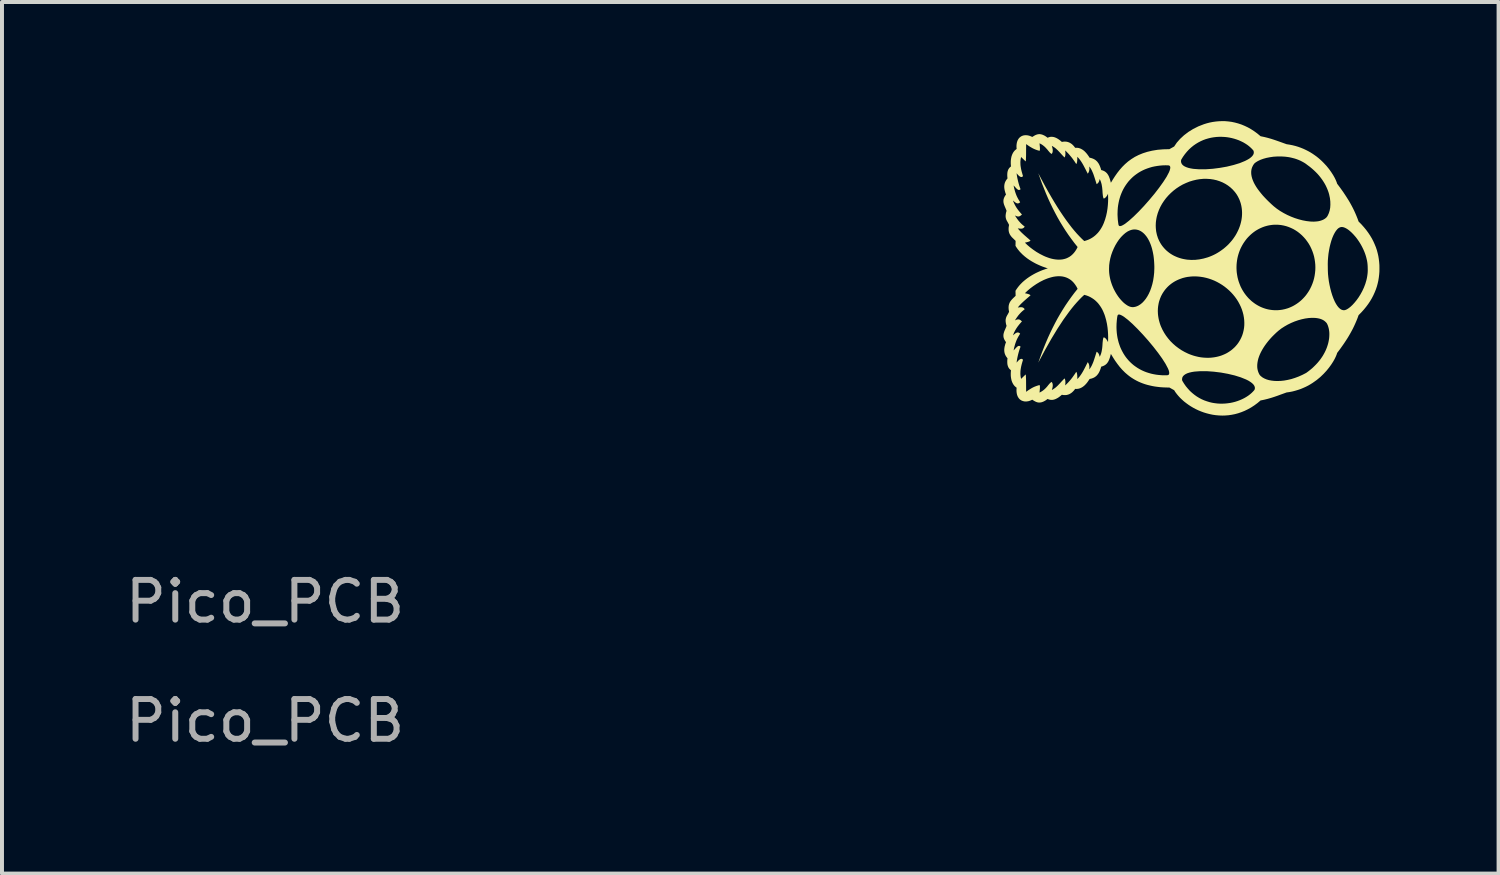
<source format=kicad_pcb>
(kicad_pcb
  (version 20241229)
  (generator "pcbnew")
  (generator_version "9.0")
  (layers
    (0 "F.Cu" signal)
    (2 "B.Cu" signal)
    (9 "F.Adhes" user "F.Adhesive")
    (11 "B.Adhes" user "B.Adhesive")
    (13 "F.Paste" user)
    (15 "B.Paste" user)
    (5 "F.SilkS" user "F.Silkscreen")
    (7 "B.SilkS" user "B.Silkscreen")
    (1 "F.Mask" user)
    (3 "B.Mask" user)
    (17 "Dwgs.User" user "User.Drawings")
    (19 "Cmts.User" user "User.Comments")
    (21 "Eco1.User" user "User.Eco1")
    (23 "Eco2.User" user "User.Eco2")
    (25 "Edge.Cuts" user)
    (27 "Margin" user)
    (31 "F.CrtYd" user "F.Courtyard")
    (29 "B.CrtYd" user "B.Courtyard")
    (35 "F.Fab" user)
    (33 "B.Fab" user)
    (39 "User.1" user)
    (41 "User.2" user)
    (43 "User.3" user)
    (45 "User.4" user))
  (footprint "Pico_PCB"
    (layer "F.Cu")
    (at 3.625 12.597)
    (property "Reference" "Pico_PCB" (at 0 -0.5 0) (unlocked yes) (layer "F.Fab") (effects (font (size 1 1) (thickness 0.15))))
    (attr through_hole)
    (fp_poly (pts (xy 18.591 -7.207) (xy 18.592 -7.224) (xy 18.595 -7.24) (xy 18.598 -7.256) (xy 18.603 -7.272) (xy 18.608 -7.288) (xy 18.613 -7.304) (xy 18.619 -7.319) (xy 18.633 -7.35) (xy 18.646 -7.381) (xy 18.659 -7.412) (xy 18.665 -7.428) (xy 18.67 -7.443) (xy 18.664 -7.462) (xy 18.659 -7.48) (xy 18.655 -7.497) (xy 18.652 -7.514) (xy 18.65 -7.529) (xy 18.648 -7.544) (xy 18.647 -7.558) (xy 18.646 -7.572) (xy 18.647 -7.584) (xy 18.647 -7.597) (xy 18.649 -7.608) (xy 18.651 -7.619) (xy 18.653 -7.63) (xy 18.656 -7.64) (xy 18.659 -7.65) (xy 18.662 -7.66) (xy 18.666 -7.669) (xy 18.67 -7.678) (xy 18.679 -7.696) (xy 18.688 -7.712) (xy 18.698 -7.729) (xy 18.707 -7.745) (xy 18.716 -7.762) (xy 18.725 -7.779) (xy 18.729 -7.788) (xy 18.733 -7.798) (xy 18.729 -7.818) (xy 18.726 -7.838) (xy 18.723 -7.857) (xy 18.722 -7.875) (xy 18.721 -7.892) (xy 18.721 -7.909) (xy 18.722 -7.925) (xy 18.723 -7.94) (xy 18.725 -7.955) (xy 18.728 -7.968) (xy 18.731 -7.982) (xy 18.735 -7.995) (xy 18.74 -8.007) (xy 18.745 -8.019) (xy 18.75 -8.031) (xy 18.756 -8.042) (xy 18.763 -8.053) (xy 18.77 -8.063) (xy 18.777 -8.073) (xy 18.785 -8.083) (xy 18.801 -8.103) (xy 18.819 -8.122) (xy 18.838 -8.141) (xy 18.857 -8.159) (xy 18.898 -8.198) (xy 18.895 -8.324) (xy 18.914 -8.355) (xy 18.935 -8.385) (xy 18.956 -8.414) (xy 18.979 -8.443) (xy 19.002 -8.47) (xy 19.027 -8.497) (xy 19.077 -8.547) (xy 19.131 -8.593) (xy 19.186 -8.636) (xy 19.242 -8.675) (xy 19.299 -8.711) (xy 19.356 -8.744) (xy 19.413 -8.774) (xy 19.469 -8.8) (xy 19.523 -8.824) (xy 19.575 -8.845) (xy 19.624 -8.862) (xy 19.669 -8.878) (xy 19.71 -8.89) (xy 19.669 -8.902) (xy 19.624 -8.918) (xy 19.575 -8.935) (xy 19.523 -8.956) (xy 19.469 -8.98) (xy 19.413 -9.006) (xy 19.357 -9.036) (xy 19.299 -9.069) (xy 19.242 -9.105) (xy 19.186 -9.144) (xy 19.131 -9.187) (xy 19.077 -9.234) (xy 19.027 -9.284) (xy 19.002 -9.31) (xy 18.979 -9.338) (xy 18.956 -9.366) (xy 18.935 -9.395) (xy 18.914 -9.426) (xy 18.895 -9.457) (xy 18.898 -9.582) (xy 18.819 -9.659) (xy 18.801 -9.677) (xy 18.785 -9.697) (xy 18.77 -9.717) (xy 18.756 -9.739) (xy 18.75 -9.75) (xy 18.745 -9.761) (xy 18.74 -9.773) (xy 18.735 -9.786) (xy 18.731 -9.799) (xy 18.728 -9.812) (xy 18.725 -9.826) (xy 18.723 -9.84) (xy 18.722 -9.856) (xy 18.721 -9.872) (xy 18.721 -9.888) (xy 18.722 -9.905) (xy 18.723 -9.923) (xy 18.726 -9.942) (xy 18.729 -9.962) (xy 18.733 -9.983) (xy 18.725 -10.001) (xy 18.716 -10.018) (xy 18.698 -10.052) (xy 18.679 -10.085) (xy 18.67 -10.102) (xy 18.662 -10.12) (xy 18.656 -10.14) (xy 18.653 -10.15) (xy 18.651 -10.161) (xy 18.649 -10.172) (xy 18.647 -10.184) (xy 18.647 -10.196) (xy 18.646 -10.209) (xy 18.647 -10.222) (xy 18.648 -10.236) (xy 18.65 -10.251) (xy 18.652 -10.267) (xy 18.655 -10.283) (xy 18.659 -10.3) (xy 18.664 -10.318) (xy 18.67 -10.337) (xy 18.662 -10.361) (xy 18.652 -10.385) (xy 18.632 -10.432) (xy 18.622 -10.455) (xy 18.613 -10.479) (xy 18.604 -10.503) (xy 18.598 -10.527) (xy 18.595 -10.539) (xy 18.593 -10.552) (xy 18.592 -10.564) (xy 18.591 -10.577) (xy 18.591 -10.59) (xy 18.592 -10.603) (xy 18.593 -10.617) (xy 18.596 -10.63) (xy 18.6 -10.644) (xy 18.604 -10.658) (xy 18.61 -10.672) (xy 18.617 -10.687) (xy 18.625 -10.702) (xy 18.634 -10.717) (xy 18.644 -10.733) (xy 18.656 -10.748) (xy 18.646 -10.775) (xy 18.637 -10.802) (xy 18.63 -10.828) (xy 18.623 -10.855) (xy 18.618 -10.881) (xy 18.614 -10.907) (xy 18.612 -10.933) (xy 18.612 -10.959) (xy 18.614 -10.984) (xy 18.616 -10.997) (xy 18.618 -11.009) (xy 18.621 -11.022) (xy 18.624 -11.034) (xy 18.628 -11.047) (xy 18.633 -11.059) (xy 18.638 -11.071) (xy 18.644 -11.083) (xy 18.651 -11.095) (xy 18.658 -11.107) (xy 18.666 -11.119) (xy 18.675 -11.131) (xy 18.684 -11.143) (xy 18.694 -11.155) (xy 18.692 -11.172) (xy 18.69 -11.189) (xy 18.689 -11.205) (xy 18.688 -11.221) (xy 18.688 -11.236) (xy 18.688 -11.25) (xy 18.688 -11.263) (xy 18.689 -11.276) (xy 18.69 -11.288) (xy 18.691 -11.3) (xy 18.693 -11.311) (xy 18.695 -11.322) (xy 18.697 -11.332) (xy 18.7 -11.342) (xy 18.703 -11.351) (xy 18.706 -11.36) (xy 18.709 -11.368) (xy 18.713 -11.376) (xy 18.716 -11.383) (xy 18.72 -11.39) (xy 18.725 -11.397) (xy 18.729 -11.404) (xy 18.734 -11.41) (xy 18.738 -11.416) (xy 18.743 -11.422) (xy 18.748 -11.427) (xy 18.759 -11.437) (xy 18.77 -11.447) (xy 18.781 -11.456) (xy 18.776 -11.525) (xy 18.776 -11.552) (xy 18.776 -11.581) (xy 18.778 -11.612) (xy 18.782 -11.645) (xy 18.788 -11.679) (xy 18.796 -11.713) (xy 18.808 -11.747) (xy 18.815 -11.764) (xy 18.823 -11.781) (xy 18.832 -11.797) (xy 18.841 -11.813) (xy 18.852 -11.828) (xy 18.864 -11.843) (xy 18.877 -11.858) (xy 18.892 -11.871) (xy 18.907 -11.884) (xy 18.924 -11.896) (xy 18.921 -11.925) (xy 18.92 -11.953) (xy 18.92 -11.979) (xy 18.922 -12.004) (xy 18.925 -12.028) (xy 18.929 -12.051) (xy 18.934 -12.072) (xy 18.941 -12.092) (xy 18.948 -12.111) (xy 18.957 -12.128) (xy 18.967 -12.145) (xy 18.977 -12.16) (xy 18.989 -12.173) (xy 19.001 -12.186) (xy 19.015 -12.197) (xy 19.029 -12.207) (xy 19.043 -12.216) (xy 19.059 -12.224) (xy 19.075 -12.23) (xy 19.091 -12.235) (xy 19.108 -12.239) (xy 19.126 -12.241) (xy 19.144 -12.242) (xy 19.162 -12.242) (xy 19.181 -12.241) (xy 19.2 -12.239) (xy 19.219 -12.235) (xy 19.239 -12.23) (xy 19.258 -12.224) (xy 19.277 -12.216) (xy 19.297 -12.208) (xy 19.316 -12.198) (xy 19.354 -12.221) (xy 19.373 -12.233) (xy 19.392 -12.243) (xy 19.412 -12.252) (xy 19.433 -12.259) (xy 19.454 -12.265) (xy 19.465 -12.267) (xy 19.476 -12.268) (xy 19.488 -12.269) (xy 19.5 -12.269) (xy 19.512 -12.269) (xy 19.524 -12.267) (xy 19.537 -12.265) (xy 19.55 -12.262) (xy 19.563 -12.258) (xy 19.577 -12.254) (xy 19.591 -12.248) (xy 19.606 -12.241) (xy 19.621 -12.234) (xy 19.637 -12.225) (xy 19.653 -12.215) (xy 19.669 -12.204) (xy 19.686 -12.192) (xy 19.704 -12.178) (xy 19.724 -12.187) (xy 19.744 -12.194) (xy 19.754 -12.197) (xy 19.764 -12.199) (xy 19.775 -12.201) (xy 19.785 -12.202) (xy 19.795 -12.203) (xy 19.806 -12.203) (xy 19.816 -12.202) (xy 19.827 -12.201) (xy 19.849 -12.198) (xy 19.871 -12.193) (xy 19.893 -12.185) (xy 19.916 -12.176) (xy 19.939 -12.164) (xy 19.963 -12.15) (xy 19.987 -12.134) (xy 20.012 -12.116) (xy 20.037 -12.096) (xy 20.063 -12.073) (xy 20.076 -12.076) (xy 20.09 -12.078) (xy 20.103 -12.08) (xy 20.116 -12.081) (xy 20.129 -12.082) (xy 20.142 -12.082) (xy 20.154 -12.081) (xy 20.166 -12.08) (xy 20.178 -12.079) (xy 20.19 -12.077) (xy 20.201 -12.074) (xy 20.212 -12.072) (xy 20.223 -12.068) (xy 20.234 -12.064) (xy 20.245 -12.06) (xy 20.255 -12.055) (xy 20.265 -12.05) (xy 20.275 -12.044) (xy 20.285 -12.038) (xy 20.295 -12.032) (xy 20.304 -12.025) (xy 20.314 -12.018) (xy 20.323 -12.01) (xy 20.332 -12.002) (xy 20.349 -11.985) (xy 20.366 -11.966) (xy 20.382 -11.946) (xy 20.397 -11.925) (xy 20.416 -11.926) (xy 20.435 -11.926) (xy 20.452 -11.925) (xy 20.47 -11.923) (xy 20.487 -11.92) (xy 20.503 -11.915) (xy 20.519 -11.91) (xy 20.534 -11.904) (xy 20.549 -11.897) (xy 20.563 -11.889) (xy 20.577 -11.881) (xy 20.591 -11.872) (xy 20.604 -11.863) (xy 20.616 -11.853) (xy 20.628 -11.843) (xy 20.64 -11.832) (xy 20.661 -11.81) (xy 20.681 -11.788) (xy 20.699 -11.766) (xy 20.715 -11.744) (xy 20.742 -11.706) (xy 20.761 -11.676) (xy 20.783 -11.672) (xy 20.805 -11.666) (xy 20.826 -11.659) (xy 20.848 -11.651) (xy 20.869 -11.641) (xy 20.889 -11.63) (xy 20.909 -11.617) (xy 20.928 -11.601) (xy 20.937 -11.592) (xy 20.947 -11.583) (xy 20.956 -11.573) (xy 20.964 -11.562) (xy 20.973 -11.55) (xy 20.982 -11.538) (xy 20.99 -11.525) (xy 20.998 -11.511) (xy 21.005 -11.496) (xy 21.013 -11.48) (xy 21.02 -11.463) (xy 21.027 -11.446) (xy 21.034 -11.427) (xy 21.041 -11.408) (xy 21.053 -11.365) (xy 21.069 -11.361) (xy 21.084 -11.357) (xy 21.099 -11.351) (xy 21.112 -11.346) (xy 21.125 -11.34) (xy 21.138 -11.333) (xy 21.149 -11.326) (xy 21.16 -11.318) (xy 21.17 -11.31) (xy 21.18 -11.301) (xy 21.189 -11.292) (xy 21.198 -11.283) (xy 21.206 -11.273) (xy 21.213 -11.263) (xy 21.227 -11.242) (xy 21.239 -11.22) (xy 21.25 -11.197) (xy 21.259 -11.172) (xy 21.268 -11.148) (xy 21.276 -11.122) (xy 21.283 -11.097) (xy 21.297 -11.045) (xy 21.348 -11.13) (xy 21.401 -11.212) (xy 21.458 -11.293) (xy 21.518 -11.37) (xy 21.583 -11.444) (xy 21.653 -11.514) (xy 21.729 -11.58) (xy 21.811 -11.64) (xy 21.9 -11.696) (xy 21.997 -11.745) (xy 22.102 -11.788) (xy 22.215 -11.824) (xy 22.338 -11.853) (xy 22.471 -11.875) (xy 22.615 -11.887) (xy 22.77 -11.891) (xy 22.89 -11.958) (xy 22.957 -12.056) (xy 23.04 -12.15) (xy 23.137 -12.24) (xy 23.247 -12.324) (xy 23.368 -12.399) (xy 23.499 -12.465) (xy 23.638 -12.519) (xy 23.711 -12.542) (xy 23.785 -12.561) (xy 23.861 -12.576) (xy 23.938 -12.587) (xy 24.016 -12.594) (xy 24.095 -12.597) (xy 24.176 -12.596) (xy 24.256 -12.589) (xy 24.338 -12.578) (xy 24.419 -12.561) (xy 24.501 -12.539) (xy 24.583 -12.512) (xy 24.665 -12.478) (xy 24.747 -12.439) (xy 24.828 -12.393) (xy 24.908 -12.341) (xy 24.988 -12.282) (xy 25.066 -12.217) (xy 25.114 -12.207) (xy 25.161 -12.197) (xy 25.206 -12.186) (xy 25.249 -12.175) (xy 25.333 -12.151) (xy 25.414 -12.125) (xy 25.492 -12.098) (xy 25.568 -12.071) (xy 25.721 -12.016) (xy 25.798 -12.004) (xy 25.873 -11.989) (xy 25.945 -11.971) (xy 26.014 -11.95) (xy 26.081 -11.926) (xy 26.145 -11.9) (xy 26.207 -11.871) (xy 26.266 -11.841) (xy 26.323 -11.809) (xy 26.377 -11.775) (xy 26.429 -11.739) (xy 26.479 -11.703) (xy 26.526 -11.665) (xy 26.571 -11.626) (xy 26.613 -11.587) (xy 26.653 -11.547) (xy 26.727 -11.468) (xy 26.791 -11.389) (xy 26.846 -11.312) (xy 26.893 -11.239) (xy 26.931 -11.172) (xy 26.96 -11.112) (xy 26.981 -11.061) (xy 26.994 -11.021) (xy 27.071 -10.918) (xy 27.146 -10.813) (xy 27.219 -10.703) (xy 27.29 -10.59) (xy 27.324 -10.531) (xy 27.357 -10.471) (xy 27.39 -10.408) (xy 27.421 -10.345) (xy 27.451 -10.279) (xy 27.48 -10.211) (xy 27.508 -10.141) (xy 27.534 -10.069) (xy 27.603 -10) (xy 27.666 -9.929) (xy 27.724 -9.859) (xy 27.777 -9.787) (xy 27.825 -9.715) (xy 27.868 -9.643) (xy 27.906 -9.57) (xy 27.939 -9.496) (xy 27.969 -9.423) (xy 27.994 -9.349) (xy 28.014 -9.274) (xy 28.031 -9.2) (xy 28.043 -9.125) (xy 28.052 -9.05) (xy 28.058 -8.974) (xy 28.059 -8.899) (xy 28.059 -8.895) (xy 28.059 -8.89) (xy 28.059 -8.881) (xy 28.058 -8.806) (xy 28.052 -8.731) (xy 28.043 -8.656) (xy 28.031 -8.581) (xy 28.014 -8.506) (xy 27.994 -8.432) (xy 27.969 -8.358) (xy 27.939 -8.284) (xy 27.906 -8.211) (xy 27.868 -8.138) (xy 27.825 -8.065) (xy 27.777 -7.993) (xy 27.724 -7.922) (xy 27.666 -7.851) (xy 27.603 -7.781) (xy 27.534 -7.711) (xy 27.508 -7.639) (xy 27.48 -7.569) (xy 27.451 -7.502) (xy 27.421 -7.436) (xy 27.39 -7.372) (xy 27.357 -7.31) (xy 27.324 -7.25) (xy 27.29 -7.191) (xy 27.255 -7.133) (xy 27.219 -7.077) (xy 27.166 -6.997) (xy 27.166 -7.836) (xy 27.182 -7.837) (xy 27.199 -7.841) (xy 27.238 -7.857) (xy 27.282 -7.885) (xy 27.33 -7.922) (xy 27.38 -7.969) (xy 27.431 -8.025) (xy 27.483 -8.088) (xy 27.534 -8.159) (xy 27.582 -8.236) (xy 27.627 -8.318) (xy 27.668 -8.406) (xy 27.703 -8.497) (xy 27.731 -8.592) (xy 27.742 -8.64) (xy 27.751 -8.689) (xy 27.758 -8.739) (xy 27.763 -8.788) (xy 27.765 -8.838) (xy 27.764 -8.888) (xy 27.763 -8.937) (xy 27.76 -8.985) (xy 27.755 -9.033) (xy 27.747 -9.082) (xy 27.736 -9.129) (xy 27.724 -9.177) (xy 27.71 -9.224) (xy 27.694 -9.27) (xy 27.676 -9.316) (xy 27.657 -9.36) (xy 27.636 -9.404) (xy 27.614 -9.447) (xy 27.591 -9.489) (xy 27.567 -9.529) (xy 27.542 -9.568) (xy 27.516 -9.606) (xy 27.49 -9.642) (xy 27.463 -9.677) (xy 27.435 -9.709) (xy 27.408 -9.74) (xy 27.38 -9.769) (xy 27.353 -9.796) (xy 27.325 -9.821) (xy 27.298 -9.844) (xy 27.272 -9.864) (xy 27.245 -9.882) (xy 27.22 -9.897) (xy 27.196 -9.909) (xy 27.172 -9.919) (xy 27.15 -9.926) (xy 27.128 -9.93) (xy 27.109 -9.931) (xy 27.089 -9.929) (xy 27.07 -9.924) (xy 27.051 -9.916) (xy 27.033 -9.905) (xy 27.014 -9.891) (xy 26.997 -9.874) (xy 26.963 -9.833) (xy 26.931 -9.782) (xy 26.901 -9.724) (xy 26.873 -9.658) (xy 26.848 -9.586) (xy 26.826 -9.509) (xy 26.806 -9.428) (xy 26.79 -9.344) (xy 26.776 -9.258) (xy 26.767 -9.171) (xy 26.76 -9.085) (xy 26.758 -9) (xy 26.759 -8.917) (xy 26.76 -8.834) (xy 26.764 -8.747) (xy 26.773 -8.657) (xy 26.785 -8.566) (xy 26.802 -8.474) (xy 26.822 -8.384) (xy 26.845 -8.296) (xy 26.871 -8.212) (xy 26.9 -8.133) (xy 26.931 -8.061) (xy 26.948 -8.028) (xy 26.966 -7.996) (xy 26.984 -7.967) (xy 27.002 -7.941) (xy 27.021 -7.917) (xy 27.04 -7.896) (xy 27.06 -7.878) (xy 27.081 -7.862) (xy 27.102 -7.85) (xy 27.123 -7.842) (xy 27.144 -7.837) (xy 27.166 -7.836) (xy 27.166 -6.997) (xy 27.146 -6.968) (xy 27.071 -6.862) (xy 26.994 -6.76) (xy 26.981 -6.719) (xy 26.96 -6.668) (xy 26.931 -6.608) (xy 26.893 -6.541) (xy 26.846 -6.468) (xy 26.791 -6.392) (xy 26.727 -6.313) (xy 26.653 -6.233) (xy 26.571 -6.154) (xy 26.479 -6.078) (xy 26.377 -6.006) (xy 26.323 -5.972) (xy 26.266 -5.939) (xy 26.207 -5.909) (xy 26.145 -5.881) (xy 26.081 -5.854) (xy 26.014 -5.831) (xy 25.945 -5.81) (xy 25.873 -5.791) (xy 25.798 -5.776) (xy 25.721 -5.765) (xy 25.568 -5.71) (xy 25.495 -5.683) (xy 25.495 -6.053) (xy 25.576 -6.056) (xy 25.661 -6.065) (xy 25.749 -6.081) (xy 25.839 -6.102) (xy 25.931 -6.131) (xy 26.025 -6.166) (xy 26.119 -6.208) (xy 26.214 -6.257) (xy 26.269 -6.297) (xy 26.321 -6.338) (xy 26.37 -6.379) (xy 26.415 -6.422) (xy 26.458 -6.465) (xy 26.498 -6.508) (xy 26.535 -6.552) (xy 26.57 -6.596) (xy 26.601 -6.64) (xy 26.631 -6.685) (xy 26.657 -6.73) (xy 26.681 -6.774) (xy 26.703 -6.819) (xy 26.722 -6.863) (xy 26.739 -6.907) (xy 26.753 -6.95) (xy 26.766 -6.993) (xy 26.776 -7.035) (xy 26.784 -7.077) (xy 26.791 -7.118) (xy 26.795 -7.158) (xy 26.797 -7.197) (xy 26.798 -7.235) (xy 26.797 -7.271) (xy 26.794 -7.307) (xy 26.789 -7.341) (xy 26.783 -7.373) (xy 26.775 -7.404) (xy 26.766 -7.433) (xy 26.756 -7.461) (xy 26.744 -7.487) (xy 26.731 -7.511) (xy 26.711 -7.533) (xy 26.689 -7.554) (xy 26.665 -7.573) (xy 26.639 -7.589) (xy 26.61 -7.603) (xy 26.579 -7.615) (xy 26.546 -7.625) (xy 26.512 -7.632) (xy 26.476 -7.638) (xy 26.438 -7.642) (xy 26.36 -7.644) (xy 26.277 -7.639) (xy 26.19 -7.627) (xy 26.102 -7.608) (xy 26.012 -7.583) (xy 25.923 -7.552) (xy 25.835 -7.515) (xy 25.749 -7.473) (xy 25.667 -7.426) (xy 25.588 -7.375) (xy 25.516 -7.319) (xy 25.459 -7.269) (xy 25.453 -7.263) (xy 25.453 -7.836) (xy 25.486 -7.836) (xy 25.519 -7.838) (xy 25.552 -7.841) (xy 25.584 -7.845) (xy 25.617 -7.85) (xy 25.649 -7.857) (xy 25.681 -7.864) (xy 25.712 -7.873) (xy 25.743 -7.882) (xy 25.774 -7.893) (xy 25.804 -7.905) (xy 25.834 -7.918) (xy 25.864 -7.932) (xy 25.893 -7.947) (xy 25.921 -7.963) (xy 25.949 -7.98) (xy 25.977 -7.998) (xy 26.004 -8.017) (xy 26.03 -8.036) (xy 26.056 -8.057) (xy 26.082 -8.079) (xy 26.106 -8.101) (xy 26.13 -8.125) (xy 26.153 -8.149) (xy 26.176 -8.174) (xy 26.198 -8.2) (xy 26.219 -8.227) (xy 26.239 -8.255) (xy 26.259 -8.284) (xy 26.278 -8.313) (xy 26.296 -8.343) (xy 26.313 -8.374) (xy 26.344 -8.437) (xy 26.371 -8.502) (xy 26.394 -8.568) (xy 26.413 -8.636) (xy 26.427 -8.704) (xy 26.437 -8.773) (xy 26.444 -8.843) (xy 26.446 -8.912) (xy 26.444 -8.982) (xy 26.437 -9.051) (xy 26.427 -9.12) (xy 26.413 -9.189) (xy 26.398 -9.242) (xy 26.398 -10.066) (xy 26.439 -10.068) (xy 26.48 -10.071) (xy 26.518 -10.076) (xy 26.555 -10.084) (xy 26.59 -10.094) (xy 26.622 -10.106) (xy 26.653 -10.12) (xy 26.681 -10.137) (xy 26.707 -10.156) (xy 26.729 -10.177) (xy 26.746 -10.2) (xy 26.76 -10.225) (xy 26.786 -10.282) (xy 26.806 -10.346) (xy 26.819 -10.416) (xy 26.824 -10.493) (xy 26.822 -10.575) (xy 26.812 -10.661) (xy 26.793 -10.75) (xy 26.78 -10.796) (xy 26.764 -10.842) (xy 26.746 -10.889) (xy 26.725 -10.936) (xy 26.702 -10.984) (xy 26.675 -11.032) (xy 26.646 -11.079) (xy 26.614 -11.127) (xy 26.579 -11.174) (xy 26.541 -11.222) (xy 26.5 -11.269) (xy 26.455 -11.315) (xy 26.407 -11.361) (xy 26.356 -11.406) (xy 26.301 -11.451) (xy 26.243 -11.494) (xy 26.202 -11.525) (xy 26.16 -11.552) (xy 26.115 -11.577) (xy 26.07 -11.6) (xy 26.024 -11.62) (xy 25.977 -11.638) (xy 25.929 -11.654) (xy 25.88 -11.667) (xy 25.831 -11.679) (xy 25.781 -11.689) (xy 25.731 -11.696) (xy 25.682 -11.702) (xy 25.582 -11.708) (xy 25.485 -11.707) (xy 25.39 -11.701) (xy 25.3 -11.688) (xy 25.214 -11.671) (xy 25.135 -11.649) (xy 25.063 -11.623) (xy 25.001 -11.593) (xy 24.973 -11.577) (xy 24.948 -11.561) (xy 24.925 -11.544) (xy 24.906 -11.526) (xy 24.896 -11.512) (xy 24.887 -11.499) (xy 24.878 -11.485) (xy 24.871 -11.471) (xy 24.864 -11.457) (xy 24.857 -11.443) (xy 24.851 -11.428) (xy 24.846 -11.414) (xy 24.842 -11.399) (xy 24.838 -11.384) (xy 24.835 -11.369) (xy 24.833 -11.354) (xy 24.831 -11.339) (xy 24.83 -11.323) (xy 24.83 -11.308) (xy 24.83 -11.292) (xy 24.831 -11.268) (xy 24.834 -11.244) (xy 24.838 -11.22) (xy 24.843 -11.195) (xy 24.857 -11.145) (xy 24.876 -11.095) (xy 24.899 -11.043) (xy 24.927 -10.991) (xy 24.959 -10.938) (xy 24.995 -10.885) (xy 25.035 -10.832) (xy 25.078 -10.778) (xy 25.124 -10.723) (xy 25.174 -10.669) (xy 25.226 -10.615) (xy 25.281 -10.561) (xy 25.338 -10.507) (xy 25.398 -10.453) (xy 25.475 -10.392) (xy 25.558 -10.335) (xy 25.646 -10.283) (xy 25.738 -10.235) (xy 25.834 -10.192) (xy 25.93 -10.155) (xy 26.028 -10.124) (xy 26.124 -10.099) (xy 26.219 -10.081) (xy 26.31 -10.07) (xy 26.355 -10.067) (xy 26.398 -10.066) (xy 26.398 -9.242) (xy 26.394 -9.256) (xy 26.371 -9.322) (xy 26.344 -9.387) (xy 26.313 -9.451) (xy 26.278 -9.512) (xy 26.239 -9.569) (xy 26.198 -9.624) (xy 26.153 -9.675) (xy 26.106 -9.723) (xy 26.056 -9.767) (xy 26.004 -9.808) (xy 25.949 -9.845) (xy 25.893 -9.878) (xy 25.834 -9.906) (xy 25.774 -9.931) (xy 25.712 -9.952) (xy 25.649 -9.968) (xy 25.584 -9.98) (xy 25.519 -9.987) (xy 25.453 -9.989) (xy 25.402 -9.988) (xy 25.353 -9.984) (xy 25.304 -9.977) (xy 25.255 -9.968) (xy 25.208 -9.956) (xy 25.161 -9.942) (xy 25.115 -9.925) (xy 25.071 -9.906) (xy 25.027 -9.885) (xy 24.985 -9.862) (xy 24.943 -9.837) (xy 24.903 -9.809) (xy 24.865 -9.78) (xy 24.827 -9.748) (xy 24.792 -9.715) (xy 24.757 -9.68) (xy 24.724 -9.644) (xy 24.693 -9.605) (xy 24.664 -9.565) (xy 24.636 -9.524) (xy 24.61 -9.481) (xy 24.586 -9.437) (xy 24.563 -9.391) (xy 24.543 -9.344) (xy 24.525 -9.296) (xy 24.509 -9.247) (xy 24.495 -9.197) (xy 24.483 -9.145) (xy 24.474 -9.093) (xy 24.467 -9.04) (xy 24.462 -8.986) (xy 24.46 -8.931) (xy 24.46 -8.91) (xy 24.46 -8.888) (xy 24.461 -8.867) (xy 24.462 -8.845) (xy 24.463 -8.823) (xy 24.465 -8.802) (xy 24.467 -8.78) (xy 24.47 -8.759) (xy 24.478 -8.71) (xy 24.487 -8.661) (xy 24.499 -8.614) (xy 24.512 -8.567) (xy 24.528 -8.522) (xy 24.545 -8.477) (xy 24.563 -8.433) (xy 24.584 -8.391) (xy 24.606 -8.35) (xy 24.63 -8.31) (xy 24.655 -8.271) (xy 24.682 -8.234) (xy 24.71 -8.198) (xy 24.74 -8.163) (xy 24.77 -8.13) (xy 24.803 -8.099) (xy 24.836 -8.068) (xy 24.871 -8.04) (xy 24.907 -8.013) (xy 24.943 -7.988) (xy 24.981 -7.965) (xy 25.02 -7.943) (xy 25.06 -7.923) (xy 25.101 -7.905) (xy 25.143 -7.889) (xy 25.185 -7.875) (xy 25.228 -7.863) (xy 25.272 -7.853) (xy 25.316 -7.846) (xy 25.361 -7.84) (xy 25.407 -7.837) (xy 25.453 -7.836) (xy 25.453 -7.263) (xy 25.405 -7.217) (xy 25.353 -7.165) (xy 25.304 -7.111) (xy 25.258 -7.057) (xy 25.215 -7.002) (xy 25.175 -6.947) (xy 25.138 -6.891) (xy 25.105 -6.836) (xy 25.075 -6.78) (xy 25.049 -6.725) (xy 25.027 -6.67) (xy 25.009 -6.616) (xy 24.996 -6.562) (xy 24.987 -6.51) (xy 24.982 -6.459) (xy 24.982 -6.45) (xy 24.982 -6.442) (xy 24.982 -6.433) (xy 24.982 -6.425) (xy 24.982 -6.41) (xy 24.983 -6.396) (xy 24.984 -6.382) (xy 24.986 -6.368) (xy 24.988 -6.354) (xy 24.991 -6.34) (xy 24.994 -6.326) (xy 24.998 -6.312) (xy 25.002 -6.299) (xy 25.006 -6.286) (xy 25.011 -6.273) (xy 25.016 -6.26) (xy 25.022 -6.247) (xy 25.028 -6.234) (xy 25.035 -6.222) (xy 25.042 -6.209) (xy 25.057 -6.191) (xy 25.075 -6.174) (xy 25.115 -6.143) (xy 25.163 -6.116) (xy 25.218 -6.093) (xy 25.279 -6.075) (xy 25.346 -6.063) (xy 25.418 -6.055) (xy 25.495 -6.053) (xy 25.495 -5.683) (xy 25.492 -5.682) (xy 25.414 -5.655) (xy 25.333 -5.629) (xy 25.249 -5.605) (xy 25.161 -5.583) (xy 25.114 -5.573) (xy 25.066 -5.564) (xy 24.988 -5.498) (xy 24.908 -5.439) (xy 24.828 -5.387) (xy 24.747 -5.342) (xy 24.665 -5.302) (xy 24.583 -5.269) (xy 24.501 -5.241) (xy 24.419 -5.219) (xy 24.338 -5.203) (xy 24.256 -5.191) (xy 24.176 -5.185) (xy 24.111 -5.183) (xy 24.111 -5.483) (xy 24.177 -5.486) (xy 24.242 -5.493) (xy 24.306 -5.502) (xy 24.368 -5.515) (xy 24.43 -5.531) (xy 24.489 -5.55) (xy 24.547 -5.572) (xy 24.602 -5.596) (xy 24.656 -5.623) (xy 24.706 -5.652) (xy 24.754 -5.683) (xy 24.799 -5.717) (xy 24.841 -5.753) (xy 24.879 -5.791) (xy 24.913 -5.83) (xy 24.923 -5.865) (xy 24.921 -5.9) (xy 24.907 -5.935) (xy 24.884 -5.968) (xy 24.85 -6.001) (xy 24.808 -6.032) (xy 24.758 -6.063) (xy 24.7 -6.092) (xy 24.566 -6.146) (xy 24.412 -6.194) (xy 24.243 -6.234) (xy 24.067 -6.266) (xy 23.888 -6.288) (xy 23.722 -6.3) (xy 23.722 -6.638) (xy 23.765 -6.638) (xy 23.807 -6.64) (xy 23.849 -6.644) (xy 23.89 -6.649) (xy 23.931 -6.656) (xy 23.971 -6.664) (xy 24.011 -6.674) (xy 24.05 -6.685) (xy 24.088 -6.698) (xy 24.125 -6.713) (xy 24.162 -6.729) (xy 24.198 -6.746) (xy 24.232 -6.765) (xy 24.266 -6.786) (xy 24.299 -6.808) (xy 24.331 -6.831) (xy 24.361 -6.856) (xy 24.39 -6.882) (xy 24.419 -6.909) (xy 24.445 -6.938) (xy 24.471 -6.968) (xy 24.495 -7) (xy 24.518 -7.033) (xy 24.551 -7.088) (xy 24.58 -7.145) (xy 24.605 -7.205) (xy 24.624 -7.265) (xy 24.639 -7.328) (xy 24.65 -7.391) (xy 24.656 -7.456) (xy 24.657 -7.521) (xy 24.654 -7.587) (xy 24.646 -7.654) (xy 24.634 -7.721) (xy 24.617 -7.787) (xy 24.596 -7.853) (xy 24.57 -7.919) (xy 24.539 -7.984) (xy 24.504 -8.049) (xy 24.465 -8.111) (xy 24.422 -8.171) (xy 24.375 -8.229) (xy 24.326 -8.283) (xy 24.273 -8.335) (xy 24.217 -8.384) (xy 24.159 -8.43) (xy 24.099 -8.472) (xy 24.036 -8.511) (xy 23.971 -8.547) (xy 23.905 -8.579) (xy 23.836 -8.607) (xy 23.767 -8.631) (xy 23.696 -8.651) (xy 23.624 -8.667) (xy 23.551 -8.678) (xy 23.515 -8.682) (xy 23.478 -8.685) (xy 23.442 -8.687) (xy 23.407 -8.688) (xy 23.371 -8.687) (xy 23.336 -8.686) (xy 23.318 -8.684) (xy 23.318 -9.102) (xy 23.421 -9.104) (xy 23.526 -9.116) (xy 23.631 -9.137) (xy 23.736 -9.167) (xy 23.788 -9.186) (xy 23.839 -9.207) (xy 23.891 -9.231) (xy 23.942 -9.257) (xy 23.992 -9.286) (xy 24.041 -9.317) (xy 24.089 -9.351) (xy 24.135 -9.385) (xy 24.179 -9.422) (xy 24.222 -9.46) (xy 24.262 -9.499) (xy 24.299 -9.54) (xy 24.335 -9.581) (xy 24.369 -9.624) (xy 24.4 -9.668) (xy 24.43 -9.713) (xy 24.457 -9.759) (xy 24.481 -9.805) (xy 24.504 -9.852) (xy 24.524 -9.899) (xy 24.542 -9.947) (xy 24.558 -9.996) (xy 24.571 -10.045) (xy 24.582 -10.093) (xy 24.59 -10.143) (xy 24.596 -10.192) (xy 24.599 -10.241) (xy 24.6 -10.289) (xy 24.598 -10.338) (xy 24.594 -10.386) (xy 24.587 -10.434) (xy 24.578 -10.481) (xy 24.566 -10.528) (xy 24.551 -10.574) (xy 24.534 -10.62) (xy 24.513 -10.664) (xy 24.491 -10.707) (xy 24.465 -10.75) (xy 24.442 -10.783) (xy 24.418 -10.814) (xy 24.366 -10.873) (xy 24.308 -10.927) (xy 24.246 -10.975) (xy 24.18 -11.017) (xy 24.109 -11.054) (xy 24.035 -11.084) (xy 23.958 -11.109) (xy 23.878 -11.127) (xy 23.796 -11.139) (xy 23.712 -11.144) (xy 23.626 -11.144) (xy 23.539 -11.136) (xy 23.523 -11.134) (xy 23.523 -11.384) (xy 23.687 -11.385) (xy 23.862 -11.397) (xy 24.04 -11.42) (xy 24.217 -11.451) (xy 24.385 -11.492) (xy 24.54 -11.539) (xy 24.674 -11.594) (xy 24.731 -11.623) (xy 24.782 -11.653) (xy 24.824 -11.685) (xy 24.857 -11.717) (xy 24.881 -11.751) (xy 24.894 -11.785) (xy 24.896 -11.82) (xy 24.887 -11.855) (xy 24.852 -11.895) (xy 24.814 -11.932) (xy 24.773 -11.968) (xy 24.728 -12.002) (xy 24.68 -12.033) (xy 24.629 -12.063) (xy 24.576 -12.089) (xy 24.52 -12.114) (xy 24.463 -12.135) (xy 24.403 -12.154) (xy 24.342 -12.17) (xy 24.279 -12.183) (xy 24.215 -12.193) (xy 24.15 -12.199) (xy 24.085 -12.202) (xy 24.019 -12.202) (xy 23.952 -12.198) (xy 23.885 -12.19) (xy 23.819 -12.179) (xy 23.753 -12.163) (xy 23.687 -12.144) (xy 23.622 -12.12) (xy 23.559 -12.092) (xy 23.496 -12.059) (xy 23.435 -12.022) (xy 23.376 -11.981) (xy 23.318 -11.934) (xy 23.263 -11.883) (xy 23.21 -11.826) (xy 23.16 -11.765) (xy 23.112 -11.698) (xy 23.068 -11.626) (xy 23.067 -11.62) (xy 23.065 -11.615) (xy 23.064 -11.609) (xy 23.064 -11.604) (xy 23.063 -11.599) (xy 23.063 -11.593) (xy 23.062 -11.588) (xy 23.062 -11.583) (xy 23.069 -11.546) (xy 23.086 -11.513) (xy 23.113 -11.484) (xy 23.15 -11.459) (xy 23.195 -11.438) (xy 23.248 -11.42) (xy 23.308 -11.406) (xy 23.374 -11.395) (xy 23.523 -11.384) (xy 23.523 -11.134) (xy 23.451 -11.122) (xy 23.363 -11.101) (xy 23.274 -11.074) (xy 23.188 -11.039) (xy 23.104 -11) (xy 23.024 -10.954) (xy 22.948 -10.904) (xy 22.876 -10.849) (xy 22.808 -10.789) (xy 22.745 -10.726) (xy 22.686 -10.659) (xy 22.633 -10.588) (xy 22.585 -10.515) (xy 22.543 -10.439) (xy 22.507 -10.36) (xy 22.477 -10.28) (xy 22.454 -10.198) (xy 22.445 -10.156) (xy 22.438 -10.114) (xy 22.432 -10.072) (xy 22.428 -10.03) (xy 22.428 -10.015) (xy 22.427 -10.001) (xy 22.427 -9.986) (xy 22.426 -9.972) (xy 22.426 -9.957) (xy 22.427 -9.943) (xy 22.427 -9.929) (xy 22.428 -9.914) (xy 22.428 -9.914) (xy 22.43 -9.886) (xy 22.433 -9.857) (xy 22.436 -9.829) (xy 22.441 -9.801) (xy 22.447 -9.774) (xy 22.453 -9.746) (xy 22.46 -9.719) (xy 22.469 -9.693) (xy 22.477 -9.666) (xy 22.487 -9.64) (xy 22.498 -9.615) (xy 22.509 -9.59) (xy 22.522 -9.565) (xy 22.535 -9.541) (xy 22.549 -9.517) (xy 22.564 -9.493) (xy 22.592 -9.453) (xy 22.623 -9.415) (xy 22.656 -9.378) (xy 22.69 -9.344) (xy 22.726 -9.313) (xy 22.764 -9.283) (xy 22.804 -9.255) (xy 22.845 -9.23) (xy 22.887 -9.207) (xy 22.931 -9.187) (xy 22.976 -9.168) (xy 23.022 -9.152) (xy 23.069 -9.138) (xy 23.118 -9.126) (xy 23.167 -9.117) (xy 23.216 -9.109) (xy 23.318 -9.102) (xy 23.318 -8.684) (xy 23.301 -8.683) (xy 23.267 -8.679) (xy 23.233 -8.675) (xy 23.199 -8.669) (xy 23.166 -8.662) (xy 23.134 -8.654) (xy 23.101 -8.645) (xy 23.07 -8.634) (xy 23.039 -8.623) (xy 23.008 -8.611) (xy 22.978 -8.598) (xy 22.949 -8.584) (xy 22.92 -8.569) (xy 22.892 -8.553) (xy 22.865 -8.536) (xy 22.838 -8.518) (xy 22.812 -8.499) (xy 22.787 -8.479) (xy 22.763 -8.459) (xy 22.739 -8.437) (xy 22.717 -8.415) (xy 22.695 -8.391) (xy 22.674 -8.367) (xy 22.654 -8.342) (xy 22.635 -8.316) (xy 22.617 -8.289) (xy 22.601 -8.265) (xy 22.587 -8.24) (xy 22.573 -8.214) (xy 22.56 -8.189) (xy 22.549 -8.162) (xy 22.538 -8.136) (xy 22.528 -8.108) (xy 22.519 -8.081) (xy 22.51 -8.053) (xy 22.503 -8.025) (xy 22.497 -7.996) (xy 22.492 -7.967) (xy 22.487 -7.938) (xy 22.484 -7.909) (xy 22.481 -7.879) (xy 22.48 -7.849) (xy 22.479 -7.837) (xy 22.479 -7.825) (xy 22.479 -7.813) (xy 22.479 -7.801) (xy 22.48 -7.789) (xy 22.48 -7.777) (xy 22.481 -7.765) (xy 22.481 -7.753) (xy 22.485 -7.71) (xy 22.491 -7.668) (xy 22.498 -7.626) (xy 22.507 -7.585) (xy 22.518 -7.544) (xy 22.53 -7.503) (xy 22.544 -7.462) (xy 22.56 -7.422) (xy 22.596 -7.344) (xy 22.638 -7.268) (xy 22.686 -7.194) (xy 22.739 -7.124) (xy 22.797 -7.056) (xy 22.861 -6.993) (xy 22.928 -6.934) (xy 23.001 -6.879) (xy 23.077 -6.828) (xy 23.157 -6.783) (xy 23.24 -6.743) (xy 23.283 -6.725) (xy 23.327 -6.709) (xy 23.371 -6.694) (xy 23.416 -6.681) (xy 23.46 -6.67) (xy 23.504 -6.66) (xy 23.548 -6.652) (xy 23.592 -6.646) (xy 23.635 -6.642) (xy 23.679 -6.639) (xy 23.722 -6.638) (xy 23.722 -6.3) (xy 23.714 -6.3) (xy 23.549 -6.301) (xy 23.401 -6.29) (xy 23.334 -6.279) (xy 23.274 -6.265) (xy 23.221 -6.248) (xy 23.176 -6.226) (xy 23.14 -6.201) (xy 23.112 -6.172) (xy 23.095 -6.139) (xy 23.089 -6.102) (xy 23.089 -6.097) (xy 23.089 -6.092) (xy 23.089 -6.087) (xy 23.09 -6.081) (xy 23.091 -6.076) (xy 23.092 -6.071) (xy 23.093 -6.065) (xy 23.095 -6.059) (xy 23.139 -5.987) (xy 23.186 -5.92) (xy 23.237 -5.859) (xy 23.289 -5.802) (xy 23.345 -5.751) (xy 23.402 -5.705) (xy 23.461 -5.663) (xy 23.522 -5.626) (xy 23.585 -5.593) (xy 23.649 -5.565) (xy 23.714 -5.542) (xy 23.779 -5.522) (xy 23.845 -5.506) (xy 23.912 -5.495) (xy 23.978 -5.487) (xy 24.045 -5.483) (xy 24.111 -5.483) (xy 24.111 -5.183) (xy 24.095 -5.183) (xy 24.016 -5.186) (xy 23.938 -5.193) (xy 23.861 -5.204) (xy 23.785 -5.22) (xy 23.711 -5.239) (xy 23.638 -5.261) (xy 23.567 -5.287) (xy 23.499 -5.315) (xy 23.432 -5.347) (xy 23.368 -5.381) (xy 23.306 -5.418) (xy 23.247 -5.457) (xy 23.191 -5.498) (xy 23.137 -5.54) (xy 23.087 -5.585) (xy 23.04 -5.63) (xy 22.997 -5.677) (xy 22.957 -5.725) (xy 22.921 -5.773) (xy 22.89 -5.822) (xy 22.77 -5.889) (xy 22.691 -5.89) (xy 22.643 -5.892) (xy 22.643 -6.197) (xy 22.716 -6.198) (xy 22.743 -6.205) (xy 22.76 -6.222) (xy 22.766 -6.248) (xy 22.764 -6.282) (xy 22.753 -6.324) (xy 22.733 -6.372) (xy 22.673 -6.486) (xy 22.589 -6.618) (xy 22.485 -6.763) (xy 22.366 -6.916) (xy 22.238 -7.07) (xy 22.105 -7.22) (xy 21.972 -7.361) (xy 21.845 -7.487) (xy 21.841 -7.491) (xy 21.841 -7.913) (xy 21.866 -7.914) (xy 21.891 -7.918) (xy 21.916 -7.923) (xy 21.941 -7.931) (xy 21.966 -7.941) (xy 21.991 -7.953) (xy 22.039 -7.983) (xy 22.086 -8.021) (xy 22.131 -8.068) (xy 22.174 -8.121) (xy 22.214 -8.182) (xy 22.251 -8.249) (xy 22.285 -8.324) (xy 22.314 -8.404) (xy 22.34 -8.491) (xy 22.361 -8.583) (xy 22.376 -8.68) (xy 22.387 -8.783) (xy 22.391 -8.89) (xy 22.391 -8.945) (xy 22.389 -8.999) (xy 22.386 -9.052) (xy 22.382 -9.103) (xy 22.377 -9.153) (xy 22.371 -9.202) (xy 22.363 -9.249) (xy 22.354 -9.295) (xy 22.344 -9.339) (xy 22.334 -9.381) (xy 22.322 -9.422) (xy 22.309 -9.462) (xy 22.295 -9.5) (xy 22.28 -9.536) (xy 22.265 -9.57) (xy 22.248 -9.603) (xy 22.231 -9.634) (xy 22.213 -9.663) (xy 22.194 -9.691) (xy 22.174 -9.716) (xy 22.154 -9.74) (xy 22.133 -9.762) (xy 22.111 -9.782) (xy 22.089 -9.8) (xy 22.066 -9.816) (xy 22.043 -9.83) (xy 22.019 -9.842) (xy 21.995 -9.852) (xy 21.97 -9.859) (xy 21.945 -9.865) (xy 21.92 -9.868) (xy 21.894 -9.87) (xy 21.864 -9.868) (xy 21.835 -9.864) (xy 21.805 -9.856) (xy 21.776 -9.846) (xy 21.747 -9.833) (xy 21.717 -9.818) (xy 21.689 -9.799) (xy 21.66 -9.779) (xy 21.605 -9.731) (xy 21.551 -9.676) (xy 21.539 -9.661) (xy 21.539 -9.955) (xy 21.571 -9.964) (xy 21.609 -9.984) (xy 21.653 -10.011) (xy 21.754 -10.09) (xy 21.871 -10.195) (xy 21.999 -10.321) (xy 22.131 -10.461) (xy 22.264 -10.612) (xy 22.393 -10.766) (xy 22.511 -10.919) (xy 22.615 -11.064) (xy 22.7 -11.196) (xy 22.76 -11.31) (xy 22.779 -11.358) (xy 22.79 -11.4) (xy 22.793 -11.434) (xy 22.786 -11.46) (xy 22.77 -11.477) (xy 22.743 -11.484) (xy 22.67 -11.485) (xy 22.599 -11.483) (xy 22.529 -11.477) (xy 22.462 -11.468) (xy 22.397 -11.457) (xy 22.333 -11.443) (xy 22.272 -11.425) (xy 22.212 -11.405) (xy 22.155 -11.383) (xy 22.1 -11.358) (xy 22.046 -11.33) (xy 21.995 -11.3) (xy 21.946 -11.267) (xy 21.9 -11.233) (xy 21.855 -11.196) (xy 21.813 -11.156) (xy 21.773 -11.115) (xy 21.735 -11.072) (xy 21.7 -11.026) (xy 21.667 -10.979) (xy 21.636 -10.93) (xy 21.608 -10.88) (xy 21.582 -10.827) (xy 21.559 -10.773) (xy 21.538 -10.718) (xy 21.52 -10.661) (xy 21.504 -10.603) (xy 21.491 -10.543) (xy 21.48 -10.482) (xy 21.472 -10.421) (xy 21.467 -10.357) (xy 21.465 -10.293) (xy 21.464 -10.256) (xy 21.465 -10.219) (xy 21.467 -10.181) (xy 21.469 -10.143) (xy 21.472 -10.105) (xy 21.477 -10.067) (xy 21.482 -10.028) (xy 21.488 -9.989) (xy 21.497 -9.967) (xy 21.514 -9.955) (xy 21.539 -9.955) (xy 21.539 -9.661) (xy 21.5 -9.613) (xy 21.453 -9.544) (xy 21.409 -9.47) (xy 21.37 -9.392) (xy 21.335 -9.31) (xy 21.305 -9.226) (xy 21.282 -9.141) (xy 21.265 -9.055) (xy 21.254 -8.97) (xy 21.251 -8.887) (xy 21.251 -8.875) (xy 21.251 -8.863) (xy 21.251 -8.852) (xy 21.251 -8.84) (xy 21.253 -8.795) (xy 21.257 -8.751) (xy 21.263 -8.707) (xy 21.271 -8.663) (xy 21.28 -8.62) (xy 21.291 -8.577) (xy 21.304 -8.535) (xy 21.318 -8.493) (xy 21.333 -8.453) (xy 21.35 -8.413) (xy 21.367 -8.374) (xy 21.386 -8.337) (xy 21.406 -8.3) (xy 21.426 -8.265) (xy 21.448 -8.23) (xy 21.47 -8.197) (xy 21.492 -8.166) (xy 21.515 -8.136) (xy 21.539 -8.108) (xy 21.563 -8.081) (xy 21.587 -8.056) (xy 21.611 -8.032) (xy 21.635 -8.011) (xy 21.66 -7.991) (xy 21.684 -7.974) (xy 21.708 -7.958) (xy 21.731 -7.945) (xy 21.754 -7.934) (xy 21.777 -7.925) (xy 21.799 -7.919) (xy 21.82 -7.915) (xy 21.841 -7.913) (xy 21.841 -7.491) (xy 21.728 -7.592) (xy 21.626 -7.671) (xy 21.582 -7.698) (xy 21.544 -7.717) (xy 21.513 -7.727) (xy 21.488 -7.727) (xy 21.471 -7.715) (xy 21.462 -7.693) (xy 21.455 -7.654) (xy 21.45 -7.615) (xy 21.446 -7.577) (xy 21.443 -7.538) (xy 21.44 -7.501) (xy 21.439 -7.463) (xy 21.438 -7.426) (xy 21.438 -7.389) (xy 21.441 -7.324) (xy 21.446 -7.261) (xy 21.454 -7.199) (xy 21.464 -7.139) (xy 21.478 -7.079) (xy 21.493 -7.021) (xy 21.512 -6.964) (xy 21.532 -6.908) (xy 21.556 -6.854) (xy 21.582 -6.802) (xy 21.61 -6.751) (xy 21.64 -6.703) (xy 21.673 -6.655) (xy 21.709 -6.61) (xy 21.746 -6.567) (xy 21.786 -6.526) (xy 21.829 -6.486) (xy 21.873 -6.449) (xy 21.92 -6.415) (xy 21.969 -6.382) (xy 22.02 -6.352) (xy 22.073 -6.324) (xy 22.128 -6.299) (xy 22.186 -6.276) (xy 22.245 -6.257) (xy 22.307 -6.239) (xy 22.37 -6.225) (xy 22.436 -6.213) (xy 22.503 -6.205) (xy 22.572 -6.199) (xy 22.643 -6.197) (xy 22.643 -5.892) (xy 22.615 -5.893) (xy 22.542 -5.898) (xy 22.471 -5.906) (xy 22.404 -5.915) (xy 22.338 -5.927) (xy 22.276 -5.941) (xy 22.215 -5.956) (xy 22.157 -5.973) (xy 22.102 -5.992) (xy 22.048 -6.013) (xy 21.997 -6.035) (xy 21.948 -6.059) (xy 21.9 -6.085) (xy 21.855 -6.112) (xy 21.811 -6.14) (xy 21.769 -6.17) (xy 21.729 -6.201) (xy 21.691 -6.233) (xy 21.653 -6.266) (xy 21.583 -6.336) (xy 21.518 -6.41) (xy 21.458 -6.488) (xy 21.401 -6.568) (xy 21.348 -6.651) (xy 21.297 -6.736) (xy 21.283 -6.684) (xy 21.276 -6.658) (xy 21.268 -6.633) (xy 21.259 -6.608) (xy 21.25 -6.584) (xy 21.239 -6.561) (xy 21.233 -6.549) (xy 21.227 -6.538) (xy 21.22 -6.528) (xy 21.213 -6.517) (xy 21.206 -6.507) (xy 21.198 -6.497) (xy 21.189 -6.488) (xy 21.18 -6.479) (xy 21.17 -6.471) (xy 21.16 -6.462) (xy 21.149 -6.455) (xy 21.138 -6.448) (xy 21.125 -6.441) (xy 21.112 -6.435) (xy 21.099 -6.429) (xy 21.084 -6.424) (xy 21.069 -6.419) (xy 21.053 -6.415) (xy 21.047 -6.394) (xy 21.041 -6.373) (xy 21.034 -6.353) (xy 21.027 -6.335) (xy 21.02 -6.317) (xy 21.013 -6.3) (xy 21.005 -6.285) (xy 20.998 -6.27) (xy 20.99 -6.256) (xy 20.982 -6.243) (xy 20.973 -6.23) (xy 20.964 -6.219) (xy 20.956 -6.208) (xy 20.947 -6.198) (xy 20.937 -6.188) (xy 20.928 -6.179) (xy 20.918 -6.171) (xy 20.909 -6.164) (xy 20.899 -6.157) (xy 20.889 -6.15) (xy 20.879 -6.144) (xy 20.869 -6.139) (xy 20.848 -6.129) (xy 20.826 -6.121) (xy 20.805 -6.114) (xy 20.783 -6.109) (xy 20.761 -6.104) (xy 20.742 -6.075) (xy 20.715 -6.036) (xy 20.699 -6.014) (xy 20.681 -5.992) (xy 20.661 -5.97) (xy 20.64 -5.948) (xy 20.616 -5.927) (xy 20.604 -5.918) (xy 20.591 -5.908) (xy 20.577 -5.899) (xy 20.563 -5.891) (xy 20.549 -5.883) (xy 20.534 -5.876) (xy 20.519 -5.87) (xy 20.503 -5.865) (xy 20.487 -5.861) (xy 20.47 -5.857) (xy 20.452 -5.855) (xy 20.435 -5.854) (xy 20.416 -5.854) (xy 20.397 -5.856) (xy 20.382 -5.834) (xy 20.366 -5.814) (xy 20.349 -5.796) (xy 20.332 -5.779) (xy 20.314 -5.763) (xy 20.295 -5.749) (xy 20.275 -5.736) (xy 20.255 -5.725) (xy 20.234 -5.716) (xy 20.212 -5.709) (xy 20.201 -5.706) (xy 20.19 -5.703) (xy 20.178 -5.701) (xy 20.166 -5.7) (xy 20.154 -5.699) (xy 20.142 -5.699) (xy 20.129 -5.699) (xy 20.116 -5.699) (xy 20.103 -5.7) (xy 20.09 -5.702) (xy 20.076 -5.704) (xy 20.063 -5.707) (xy 20.037 -5.685) (xy 20.012 -5.665) (xy 19.987 -5.646) (xy 19.963 -5.63) (xy 19.939 -5.617) (xy 19.916 -5.605) (xy 19.905 -5.6) (xy 19.893 -5.595) (xy 19.882 -5.591) (xy 19.871 -5.588) (xy 19.86 -5.585) (xy 19.849 -5.582) (xy 19.838 -5.58) (xy 19.827 -5.579) (xy 19.816 -5.578) (xy 19.806 -5.578) (xy 19.795 -5.578) (xy 19.785 -5.579) (xy 19.775 -5.58) (xy 19.764 -5.581) (xy 19.754 -5.584) (xy 19.744 -5.586) (xy 19.734 -5.589) (xy 19.724 -5.593) (xy 19.714 -5.597) (xy 19.704 -5.602) (xy 19.686 -5.589) (xy 19.669 -5.576) (xy 19.653 -5.565) (xy 19.637 -5.556) (xy 19.621 -5.547) (xy 19.606 -5.539) (xy 19.591 -5.532) (xy 19.577 -5.527) (xy 19.563 -5.522) (xy 19.55 -5.518) (xy 19.537 -5.515) (xy 19.524 -5.513) (xy 19.512 -5.512) (xy 19.5 -5.511) (xy 19.5 -5.762) (xy 19.517 -5.77) (xy 19.533 -5.779) (xy 19.548 -5.788) (xy 19.563 -5.797) (xy 19.576 -5.806) (xy 19.59 -5.816) (xy 19.602 -5.825) (xy 19.614 -5.835) (xy 19.626 -5.845) (xy 19.636 -5.855) (xy 19.657 -5.875) (xy 19.675 -5.895) (xy 19.693 -5.915) (xy 19.723 -5.953) (xy 19.738 -5.97) (xy 19.751 -5.986) (xy 19.765 -6) (xy 19.772 -6.006) (xy 19.778 -6.012) (xy 19.785 -6.018) (xy 19.792 -6.022) (xy 19.799 -6.027) (xy 19.807 -6.03) (xy 19.81 -6.025) (xy 19.813 -6.02) (xy 19.819 -6.01) (xy 19.824 -5.999) (xy 19.828 -5.987) (xy 19.83 -5.976) (xy 19.832 -5.964) (xy 19.833 -5.951) (xy 19.833 -5.938) (xy 19.832 -5.925) (xy 19.831 -5.912) (xy 19.828 -5.898) (xy 19.826 -5.885) (xy 19.822 -5.87) (xy 19.818 -5.856) (xy 19.814 -5.841) (xy 19.809 -5.827) (xy 19.833 -5.839) (xy 19.855 -5.853) (xy 19.877 -5.868) (xy 19.899 -5.884) (xy 19.919 -5.901) (xy 19.939 -5.919) (xy 19.959 -5.938) (xy 19.978 -5.958) (xy 20.016 -5.998) (xy 20.053 -6.039) (xy 20.091 -6.079) (xy 20.11 -6.099) (xy 20.129 -6.119) (xy 20.133 -6.114) (xy 20.136 -6.108) (xy 20.139 -6.102) (xy 20.142 -6.095) (xy 20.144 -6.088) (xy 20.146 -6.079) (xy 20.148 -6.07) (xy 20.15 -6.06) (xy 20.151 -6.049) (xy 20.151 -6.038) (xy 20.152 -6.025) (xy 20.152 -6.01) (xy 20.151 -5.995) (xy 20.15 -5.979) (xy 20.148 -5.961) (xy 20.146 -5.942) (xy 20.184 -5.978) (xy 20.221 -6.016) (xy 20.257 -6.056) (xy 20.292 -6.097) (xy 20.326 -6.141) (xy 20.359 -6.187) (xy 20.392 -6.234) (xy 20.424 -6.284) (xy 20.426 -6.281) (xy 20.429 -6.278) (xy 20.433 -6.272) (xy 20.436 -6.264) (xy 20.44 -6.256) (xy 20.442 -6.246) (xy 20.444 -6.236) (xy 20.446 -6.224) (xy 20.448 -6.212) (xy 20.45 -6.186) (xy 20.451 -6.159) (xy 20.452 -6.102) (xy 20.474 -6.125) (xy 20.495 -6.149) (xy 20.515 -6.174) (xy 20.533 -6.199) (xy 20.551 -6.225) (xy 20.568 -6.251) (xy 20.584 -6.278) (xy 20.6 -6.305) (xy 20.629 -6.36) (xy 20.658 -6.416) (xy 20.686 -6.472) (xy 20.715 -6.528) (xy 20.72 -6.521) (xy 20.724 -6.514) (xy 20.728 -6.507) (xy 20.732 -6.501) (xy 20.735 -6.495) (xy 20.738 -6.488) (xy 20.741 -6.482) (xy 20.743 -6.476) (xy 20.747 -6.464) (xy 20.75 -6.453) (xy 20.752 -6.441) (xy 20.754 -6.43) (xy 20.755 -6.419) (xy 20.755 -6.409) (xy 20.755 -6.398) (xy 20.755 -6.388) (xy 20.754 -6.346) (xy 20.769 -6.366) (xy 20.784 -6.388) (xy 20.798 -6.411) (xy 20.812 -6.436) (xy 20.824 -6.462) (xy 20.836 -6.489) (xy 20.848 -6.517) (xy 20.859 -6.546) (xy 20.879 -6.605) (xy 20.899 -6.667) (xy 20.938 -6.791) (xy 20.947 -6.785) (xy 20.955 -6.779) (xy 20.962 -6.773) (xy 20.969 -6.767) (xy 20.975 -6.76) (xy 20.98 -6.754) (xy 20.985 -6.747) (xy 20.989 -6.739) (xy 20.993 -6.732) (xy 20.997 -6.723) (xy 21 -6.715) (xy 21.004 -6.705) (xy 21.006 -6.696) (xy 21.009 -6.685) (xy 21.012 -6.674) (xy 21.014 -6.661) (xy 21.023 -6.678) (xy 21.031 -6.695) (xy 21.038 -6.712) (xy 21.045 -6.73) (xy 21.051 -6.747) (xy 21.056 -6.765) (xy 21.065 -6.802) (xy 21.071 -6.839) (xy 21.077 -6.875) (xy 21.081 -6.911) (xy 21.084 -6.947) (xy 21.088 -7.013) (xy 21.091 -7.044) (xy 21.094 -7.072) (xy 21.098 -7.098) (xy 21.102 -7.12) (xy 21.105 -7.13) (xy 21.109 -7.139) (xy 21.113 -7.147) (xy 21.117 -7.154) (xy 21.126 -7.151) (xy 21.135 -7.146) (xy 21.143 -7.142) (xy 21.151 -7.136) (xy 21.159 -7.13) (xy 21.166 -7.123) (xy 21.173 -7.116) (xy 21.179 -7.108) (xy 21.186 -7.1) (xy 21.192 -7.091) (xy 21.198 -7.082) (xy 21.204 -7.073) (xy 21.209 -7.063) (xy 21.215 -7.053) (xy 21.22 -7.043) (xy 21.225 -7.032) (xy 21.227 -7.09) (xy 21.228 -7.158) (xy 21.226 -7.233) (xy 21.221 -7.316) (xy 21.212 -7.403) (xy 21.198 -7.493) (xy 21.178 -7.585) (xy 21.152 -7.678) (xy 21.137 -7.723) (xy 21.119 -7.768) (xy 21.1 -7.813) (xy 21.079 -7.856) (xy 21.055 -7.898) (xy 21.029 -7.938) (xy 21.001 -7.977) (xy 20.971 -8.015) (xy 20.937 -8.05) (xy 20.902 -8.083) (xy 20.863 -8.114) (xy 20.822 -8.141) (xy 20.778 -8.167) (xy 20.731 -8.189) (xy 20.68 -8.208) (xy 20.627 -8.223) (xy 20.566 -8.167) (xy 20.505 -8.105) (xy 20.441 -8.036) (xy 20.376 -7.962) (xy 20.31 -7.881) (xy 20.243 -7.794) (xy 20.102 -7.599) (xy 19.955 -7.375) (xy 19.801 -7.121) (xy 19.639 -6.835) (xy 19.469 -6.516) (xy 19.515 -6.646) (xy 19.562 -6.775) (xy 19.612 -6.902) (xy 19.663 -7.027) (xy 19.716 -7.15) (xy 19.772 -7.272) (xy 19.83 -7.391) (xy 19.89 -7.509) (xy 19.952 -7.625) (xy 20.017 -7.738) (xy 20.085 -7.85) (xy 20.154 -7.959) (xy 20.227 -8.066) (xy 20.302 -8.171) (xy 20.379 -8.274) (xy 20.459 -8.374) (xy 20.431 -8.429) (xy 20.399 -8.478) (xy 20.366 -8.522) (xy 20.33 -8.56) (xy 20.293 -8.593) (xy 20.253 -8.62) (xy 20.212 -8.643) (xy 20.17 -8.661) (xy 20.126 -8.675) (xy 20.081 -8.685) (xy 20.035 -8.69) (xy 19.988 -8.692) (xy 19.988 -9.109) (xy 20.035 -9.111) (xy 20.081 -9.116) (xy 20.126 -9.126) (xy 20.17 -9.139) (xy 20.212 -9.158) (xy 20.253 -9.18) (xy 20.293 -9.208) (xy 20.33 -9.241) (xy 20.366 -9.279) (xy 20.399 -9.322) (xy 20.431 -9.372) (xy 20.459 -9.427) (xy 20.379 -9.527) (xy 20.302 -9.63) (xy 20.227 -9.734) (xy 20.154 -9.842) (xy 20.085 -9.951) (xy 20.017 -10.062) (xy 19.952 -10.176) (xy 19.89 -10.292) (xy 19.83 -10.409) (xy 19.772 -10.529) (xy 19.716 -10.651) (xy 19.663 -10.774) (xy 19.562 -11.026) (xy 19.469 -11.285) (xy 19.555 -11.121) (xy 19.639 -10.965) (xy 19.721 -10.818) (xy 19.801 -10.679) (xy 19.879 -10.548) (xy 19.955 -10.425) (xy 20.029 -10.31) (xy 20.102 -10.202) (xy 20.173 -10.101) (xy 20.243 -10.007) (xy 20.31 -9.919) (xy 20.376 -9.839) (xy 20.441 -9.764) (xy 20.505 -9.696) (xy 20.566 -9.634) (xy 20.627 -9.577) (xy 20.68 -9.593) (xy 20.731 -9.612) (xy 20.778 -9.634) (xy 20.822 -9.659) (xy 20.863 -9.687) (xy 20.902 -9.718) (xy 20.937 -9.751) (xy 20.971 -9.786) (xy 21.001 -9.823) (xy 21.029 -9.862) (xy 21.055 -9.903) (xy 21.079 -9.945) (xy 21.1 -9.988) (xy 21.119 -10.032) (xy 21.152 -10.123) (xy 21.178 -10.215) (xy 21.198 -10.307) (xy 21.212 -10.398) (xy 21.221 -10.485) (xy 21.226 -10.567) (xy 21.228 -10.643) (xy 21.225 -10.769) (xy 21.22 -10.758) (xy 21.215 -10.748) (xy 21.209 -10.737) (xy 21.204 -10.728) (xy 21.198 -10.718) (xy 21.192 -10.709) (xy 21.186 -10.701) (xy 21.179 -10.692) (xy 21.173 -10.685) (xy 21.166 -10.677) (xy 21.159 -10.671) (xy 21.155 -10.668) (xy 21.151 -10.665) (xy 21.147 -10.662) (xy 21.143 -10.659) (xy 21.139 -10.657) (xy 21.135 -10.654) (xy 21.131 -10.652) (xy 21.126 -10.65) (xy 21.122 -10.648) (xy 21.117 -10.647) (xy 21.113 -10.654) (xy 21.109 -10.662) (xy 21.102 -10.681) (xy 21.098 -10.703) (xy 21.094 -10.729) (xy 21.088 -10.787) (xy 21.084 -10.854) (xy 21.077 -10.926) (xy 21.071 -10.962) (xy 21.065 -10.999) (xy 21.056 -11.035) (xy 21.045 -11.071) (xy 21.031 -11.106) (xy 21.023 -11.123) (xy 21.014 -11.139) (xy 21.012 -11.127) (xy 21.009 -11.116) (xy 21.006 -11.105) (xy 21.004 -11.095) (xy 21 -11.086) (xy 20.997 -11.077) (xy 20.995 -11.073) (xy 20.993 -11.069) (xy 20.991 -11.065) (xy 20.989 -11.061) (xy 20.987 -11.058) (xy 20.985 -11.054) (xy 20.983 -11.051) (xy 20.98 -11.047) (xy 20.977 -11.044) (xy 20.975 -11.04) (xy 20.972 -11.037) (xy 20.969 -11.034) (xy 20.965 -11.031) (xy 20.962 -11.028) (xy 20.958 -11.025) (xy 20.955 -11.022) (xy 20.951 -11.019) (xy 20.947 -11.016) (xy 20.938 -11.01) (xy 20.899 -11.134) (xy 20.879 -11.196) (xy 20.859 -11.255) (xy 20.848 -11.284) (xy 20.836 -11.312) (xy 20.824 -11.339) (xy 20.812 -11.365) (xy 20.798 -11.389) (xy 20.784 -11.413) (xy 20.769 -11.435) (xy 20.754 -11.455) (xy 20.755 -11.413) (xy 20.755 -11.403) (xy 20.755 -11.392) (xy 20.755 -11.381) (xy 20.754 -11.371) (xy 20.752 -11.359) (xy 20.75 -11.348) (xy 20.747 -11.337) (xy 20.743 -11.325) (xy 20.738 -11.312) (xy 20.732 -11.3) (xy 20.724 -11.287) (xy 20.715 -11.273) (xy 20.686 -11.329) (xy 20.658 -11.385) (xy 20.629 -11.44) (xy 20.6 -11.495) (xy 20.584 -11.523) (xy 20.568 -11.549) (xy 20.551 -11.576) (xy 20.533 -11.602) (xy 20.515 -11.627) (xy 20.495 -11.652) (xy 20.474 -11.676) (xy 20.452 -11.699) (xy 20.451 -11.642) (xy 20.45 -11.614) (xy 20.449 -11.601) (xy 20.448 -11.588) (xy 20.446 -11.576) (xy 20.444 -11.565) (xy 20.442 -11.555) (xy 20.44 -11.545) (xy 20.436 -11.536) (xy 20.435 -11.532) (xy 20.433 -11.529) (xy 20.431 -11.525) (xy 20.429 -11.522) (xy 20.426 -11.52) (xy 20.424 -11.517) (xy 20.408 -11.542) (xy 20.392 -11.567) (xy 20.376 -11.591) (xy 20.359 -11.614) (xy 20.343 -11.637) (xy 20.326 -11.66) (xy 20.309 -11.682) (xy 20.292 -11.703) (xy 20.274 -11.724) (xy 20.257 -11.745) (xy 20.239 -11.765) (xy 20.221 -11.785) (xy 20.202 -11.804) (xy 20.184 -11.823) (xy 20.165 -11.841) (xy 20.146 -11.859) (xy 20.148 -11.84) (xy 20.15 -11.822) (xy 20.151 -11.806) (xy 20.152 -11.79) (xy 20.152 -11.776) (xy 20.151 -11.763) (xy 20.151 -11.751) (xy 20.15 -11.74) (xy 20.148 -11.73) (xy 20.146 -11.721) (xy 20.144 -11.713) (xy 20.142 -11.706) (xy 20.139 -11.699) (xy 20.136 -11.693) (xy 20.133 -11.687) (xy 20.129 -11.682) (xy 20.11 -11.702) (xy 20.091 -11.721) (xy 20.053 -11.762) (xy 20.016 -11.803) (xy 19.978 -11.843) (xy 19.959 -11.863) (xy 19.939 -11.881) (xy 19.919 -11.9) (xy 19.899 -11.917) (xy 19.877 -11.933) (xy 19.855 -11.948) (xy 19.833 -11.962) (xy 19.821 -11.968) (xy 19.809 -11.974) (xy 19.814 -11.959) (xy 19.818 -11.945) (xy 19.822 -11.93) (xy 19.826 -11.916) (xy 19.828 -11.902) (xy 19.831 -11.889) (xy 19.832 -11.875) (xy 19.833 -11.862) (xy 19.833 -11.849) (xy 19.832 -11.837) (xy 19.83 -11.825) (xy 19.829 -11.819) (xy 19.828 -11.813) (xy 19.826 -11.808) (xy 19.824 -11.802) (xy 19.822 -11.797) (xy 19.819 -11.791) (xy 19.816 -11.786) (xy 19.813 -11.781) (xy 19.81 -11.776) (xy 19.807 -11.771) (xy 19.799 -11.774) (xy 19.792 -11.778) (xy 19.785 -11.783) (xy 19.778 -11.789) (xy 19.765 -11.801) (xy 19.751 -11.815) (xy 19.738 -11.831) (xy 19.723 -11.848) (xy 19.693 -11.886) (xy 19.675 -11.905) (xy 19.657 -11.925) (xy 19.636 -11.946) (xy 19.614 -11.966) (xy 19.602 -11.975) (xy 19.59 -11.985) (xy 19.576 -11.995) (xy 19.563 -12.004) (xy 19.548 -12.013) (xy 19.533 -12.022) (xy 19.517 -12.03) (xy 19.5 -12.039) (xy 19.506 -11.976) (xy 19.509 -11.947) (xy 19.51 -11.933) (xy 19.51 -11.92) (xy 19.511 -11.907) (xy 19.51 -11.895) (xy 19.51 -11.884) (xy 19.509 -11.875) (xy 19.508 -11.866) (xy 19.507 -11.863) (xy 19.506 -11.859) (xy 19.505 -11.856) (xy 19.503 -11.854) (xy 19.502 -11.851) (xy 19.5 -11.85) (xy 19.472 -11.857) (xy 19.444 -11.865) (xy 19.419 -11.874) (xy 19.394 -11.883) (xy 19.371 -11.893) (xy 19.349 -11.903) (xy 19.327 -11.914) (xy 19.307 -11.925) (xy 19.288 -11.936) (xy 19.269 -11.947) (xy 19.25 -11.959) (xy 19.232 -11.971) (xy 19.197 -11.995) (xy 19.163 -12.019) (xy 19.161 -11.73) (xy 19.159 -11.67) (xy 19.157 -11.622) (xy 19.155 -11.604) (xy 19.154 -11.592) (xy 19.151 -11.585) (xy 19.15 -11.584) (xy 19.149 -11.584) (xy 19.036 -11.694) (xy 19.029 -11.661) (xy 19.023 -11.629) (xy 19.02 -11.596) (xy 19.018 -11.564) (xy 19.019 -11.532) (xy 19.02 -11.5) (xy 19.023 -11.468) (xy 19.028 -11.437) (xy 19.033 -11.406) (xy 19.039 -11.376) (xy 19.046 -11.347) (xy 19.053 -11.319) (xy 19.069 -11.264) (xy 19.084 -11.213) (xy 19.08 -11.208) (xy 19.075 -11.204) (xy 19.071 -11.2) (xy 19.067 -11.197) (xy 19.062 -11.194) (xy 19.057 -11.192) (xy 19.053 -11.191) (xy 19.048 -11.19) (xy 19.043 -11.19) (xy 19.038 -11.19) (xy 19.033 -11.191) (xy 19.028 -11.192) (xy 19.023 -11.194) (xy 19.018 -11.196) (xy 19.013 -11.198) (xy 19.008 -11.201) (xy 19.003 -11.204) (xy 18.997 -11.208) (xy 18.987 -11.216) (xy 18.976 -11.225) (xy 18.965 -11.236) (xy 18.955 -11.247) (xy 18.944 -11.259) (xy 18.922 -11.285) (xy 18.93 -11.23) (xy 18.939 -11.177) (xy 18.95 -11.125) (xy 18.962 -11.074) (xy 18.975 -11.025) (xy 18.989 -10.976) (xy 19.005 -10.929) (xy 19.022 -10.883) (xy 19.017 -10.878) (xy 19.011 -10.873) (xy 19.006 -10.87) (xy 19 -10.867) (xy 18.995 -10.865) (xy 18.989 -10.864) (xy 18.984 -10.863) (xy 18.978 -10.863) (xy 18.973 -10.864) (xy 18.967 -10.866) (xy 18.962 -10.868) (xy 18.957 -10.871) (xy 18.951 -10.874) (xy 18.946 -10.878) (xy 18.935 -10.886) (xy 18.924 -10.896) (xy 18.913 -10.907) (xy 18.891 -10.931) (xy 18.869 -10.955) (xy 18.858 -10.966) (xy 18.847 -10.977) (xy 18.856 -10.935) (xy 18.864 -10.897) (xy 18.874 -10.861) (xy 18.883 -10.828) (xy 18.893 -10.797) (xy 18.903 -10.768) (xy 18.913 -10.742) (xy 18.923 -10.717) (xy 18.934 -10.693) (xy 18.945 -10.671) (xy 18.956 -10.65) (xy 18.967 -10.63) (xy 18.99 -10.592) (xy 19.012 -10.556) (xy 19.006 -10.55) (xy 19 -10.544) (xy 18.994 -10.539) (xy 18.988 -10.536) (xy 18.982 -10.532) (xy 18.976 -10.53) (xy 18.97 -10.528) (xy 18.964 -10.526) (xy 18.958 -10.526) (xy 18.952 -10.525) (xy 18.947 -10.526) (xy 18.941 -10.526) (xy 18.935 -10.527) (xy 18.93 -10.529) (xy 18.924 -10.531) (xy 18.918 -10.533) (xy 18.913 -10.536) (xy 18.907 -10.539) (xy 18.896 -10.546) (xy 18.885 -10.554) (xy 18.874 -10.562) (xy 18.831 -10.599) (xy 18.843 -10.567) (xy 18.855 -10.538) (xy 18.868 -10.51) (xy 18.882 -10.484) (xy 18.895 -10.459) (xy 18.909 -10.436) (xy 18.923 -10.413) (xy 18.938 -10.392) (xy 18.952 -10.372) (xy 18.967 -10.352) (xy 18.982 -10.334) (xy 18.997 -10.315) (xy 19.027 -10.28) (xy 19.058 -10.245) (xy 19.027 -10.22) (xy 19.019 -10.214) (xy 19.01 -10.208) (xy 19.001 -10.204) (xy 18.997 -10.202) (xy 18.992 -10.2) (xy 18.987 -10.199) (xy 18.982 -10.197) (xy 18.977 -10.196) (xy 18.971 -10.196) (xy 18.965 -10.196) (xy 18.959 -10.196) (xy 18.953 -10.196) (xy 18.946 -10.197) (xy 18.939 -10.199) (xy 18.932 -10.201) (xy 18.924 -10.203) (xy 18.916 -10.206) (xy 18.908 -10.209) (xy 18.899 -10.213) (xy 18.89 -10.218) (xy 18.881 -10.223) (xy 18.894 -10.201) (xy 18.908 -10.179) (xy 18.922 -10.158) (xy 18.936 -10.137) (xy 18.951 -10.117) (xy 18.965 -10.098) (xy 18.98 -10.08) (xy 18.996 -10.062) (xy 19.011 -10.045) (xy 19.027 -10.028) (xy 19.043 -10.012) (xy 19.059 -9.997) (xy 19.076 -9.982) (xy 19.093 -9.968) (xy 19.11 -9.954) (xy 19.127 -9.941) (xy 19.123 -9.934) (xy 19.118 -9.928) (xy 19.113 -9.922) (xy 19.108 -9.917) (xy 19.103 -9.913) (xy 19.098 -9.909) (xy 19.093 -9.905) (xy 19.088 -9.902) (xy 19.083 -9.899) (xy 19.078 -9.897) (xy 19.072 -9.895) (xy 19.067 -9.893) (xy 19.061 -9.892) (xy 19.056 -9.891) (xy 19.045 -9.89) (xy 19.033 -9.89) (xy 19.022 -9.89) (xy 19.01 -9.891) (xy 18.999 -9.892) (xy 18.976 -9.894) (xy 18.964 -9.895) (xy 18.953 -9.896) (xy 18.972 -9.872) (xy 18.992 -9.85) (xy 19.011 -9.829) (xy 19.031 -9.808) (xy 19.051 -9.788) (xy 19.071 -9.769) (xy 19.111 -9.732) (xy 19.152 -9.696) (xy 19.192 -9.661) (xy 19.233 -9.626) (xy 19.273 -9.589) (xy 19.27 -9.586) (xy 19.266 -9.582) (xy 19.261 -9.578) (xy 19.256 -9.575) (xy 19.25 -9.571) (xy 19.243 -9.568) (xy 19.235 -9.565) (xy 19.226 -9.561) (xy 19.217 -9.558) (xy 19.207 -9.555) (xy 19.185 -9.549) (xy 19.16 -9.543) (xy 19.132 -9.537) (xy 19.192 -9.479) (xy 19.261 -9.42) (xy 19.339 -9.361) (xy 19.422 -9.304) (xy 19.511 -9.252) (xy 19.604 -9.205) (xy 19.651 -9.184) (xy 19.699 -9.166) (xy 19.747 -9.149) (xy 19.796 -9.135) (xy 19.844 -9.124) (xy 19.893 -9.116) (xy 19.941 -9.111) (xy 19.988 -9.109) (xy 19.988 -8.692) (xy 19.941 -8.69) (xy 19.893 -8.685) (xy 19.844 -8.677) (xy 19.796 -8.665) (xy 19.747 -8.651) (xy 19.699 -8.635) (xy 19.651 -8.616) (xy 19.604 -8.596) (xy 19.511 -8.549) (xy 19.422 -8.496) (xy 19.339 -8.44) (xy 19.261 -8.381) (xy 19.192 -8.322) (xy 19.132 -8.264) (xy 19.146 -8.261) (xy 19.16 -8.258) (xy 19.173 -8.255) (xy 19.185 -8.252) (xy 19.196 -8.249) (xy 19.207 -8.246) (xy 19.217 -8.243) (xy 19.226 -8.239) (xy 19.235 -8.236) (xy 19.243 -8.233) (xy 19.25 -8.229) (xy 19.256 -8.226) (xy 19.261 -8.222) (xy 19.264 -8.22) (xy 19.266 -8.219) (xy 19.268 -8.217) (xy 19.27 -8.215) (xy 19.272 -8.213) (xy 19.273 -8.211) (xy 19.233 -8.175) (xy 19.192 -8.14) (xy 19.152 -8.105) (xy 19.111 -8.069) (xy 19.071 -8.032) (xy 19.051 -8.013) (xy 19.031 -7.993) (xy 19.011 -7.972) (xy 18.992 -7.951) (xy 18.972 -7.928) (xy 18.953 -7.905) (xy 18.964 -7.905) (xy 18.976 -7.906) (xy 18.999 -7.909) (xy 19.01 -7.91) (xy 19.022 -7.911) (xy 19.033 -7.911) (xy 19.045 -7.911) (xy 19.05 -7.91) (xy 19.056 -7.909) (xy 19.061 -7.909) (xy 19.067 -7.907) (xy 19.072 -7.906) (xy 19.078 -7.904) (xy 19.083 -7.901) (xy 19.088 -7.899) (xy 19.093 -7.896) (xy 19.098 -7.892) (xy 19.103 -7.888) (xy 19.108 -7.883) (xy 19.113 -7.878) (xy 19.118 -7.873) (xy 19.123 -7.867) (xy 19.127 -7.86) (xy 19.11 -7.847) (xy 19.093 -7.833) (xy 19.076 -7.819) (xy 19.059 -7.804) (xy 19.043 -7.789) (xy 19.027 -7.773) (xy 19.011 -7.756) (xy 18.996 -7.739) (xy 18.98 -7.721) (xy 18.965 -7.703) (xy 18.951 -7.683) (xy 18.936 -7.664) (xy 18.922 -7.643) (xy 18.908 -7.622) (xy 18.894 -7.6) (xy 18.881 -7.578) (xy 18.89 -7.583) (xy 18.899 -7.587) (xy 18.908 -7.591) (xy 18.916 -7.595) (xy 18.924 -7.598) (xy 18.932 -7.6) (xy 18.939 -7.602) (xy 18.946 -7.603) (xy 18.953 -7.604) (xy 18.959 -7.605) (xy 18.965 -7.605) (xy 18.971 -7.605) (xy 18.977 -7.604) (xy 18.982 -7.603) (xy 18.987 -7.602) (xy 18.992 -7.601) (xy 18.997 -7.599) (xy 19.001 -7.597) (xy 19.006 -7.595) (xy 19.01 -7.592) (xy 19.015 -7.59) (xy 19.019 -7.587) (xy 19.027 -7.581) (xy 19.035 -7.575) (xy 19.042 -7.568) (xy 19.05 -7.562) (xy 19.058 -7.556) (xy 18.997 -7.486) (xy 18.967 -7.448) (xy 18.952 -7.429) (xy 18.938 -7.409) (xy 18.923 -7.387) (xy 18.909 -7.365) (xy 18.895 -7.342) (xy 18.882 -7.317) (xy 18.868 -7.291) (xy 18.855 -7.263) (xy 18.843 -7.233) (xy 18.831 -7.202) (xy 18.874 -7.238) (xy 18.885 -7.247) (xy 18.896 -7.255) (xy 18.907 -7.262) (xy 18.913 -7.265) (xy 18.918 -7.267) (xy 18.924 -7.27) (xy 18.93 -7.272) (xy 18.935 -7.273) (xy 18.941 -7.274) (xy 18.947 -7.275) (xy 18.952 -7.275) (xy 18.958 -7.275) (xy 18.964 -7.274) (xy 18.97 -7.273) (xy 18.976 -7.271) (xy 18.982 -7.268) (xy 18.988 -7.265) (xy 18.994 -7.261) (xy 19 -7.257) (xy 19.006 -7.251) (xy 19.012 -7.245) (xy 18.99 -7.209) (xy 18.967 -7.171) (xy 18.945 -7.13) (xy 18.934 -7.108) (xy 18.923 -7.084) (xy 18.913 -7.059) (xy 18.903 -7.032) (xy 18.893 -7.004) (xy 18.883 -6.973) (xy 18.874 -6.939) (xy 18.864 -6.904) (xy 18.856 -6.865) (xy 18.847 -6.824) (xy 18.858 -6.834) (xy 18.869 -6.846) (xy 18.891 -6.869) (xy 18.902 -6.882) (xy 18.913 -6.893) (xy 18.924 -6.904) (xy 18.935 -6.914) (xy 18.94 -6.919) (xy 18.946 -6.923) (xy 18.951 -6.927) (xy 18.957 -6.93) (xy 18.962 -6.933) (xy 18.967 -6.935) (xy 18.973 -6.936) (xy 18.978 -6.937) (xy 18.984 -6.938) (xy 18.989 -6.937) (xy 18.995 -6.936) (xy 19 -6.934) (xy 19.006 -6.931) (xy 19.011 -6.928) (xy 19.017 -6.923) (xy 19.022 -6.917) (xy 19.005 -6.872) (xy 18.989 -6.824) (xy 18.975 -6.776) (xy 18.962 -6.727) (xy 18.95 -6.676) (xy 18.939 -6.624) (xy 18.93 -6.57) (xy 18.922 -6.516) (xy 18.933 -6.529) (xy 18.944 -6.541) (xy 18.955 -6.553) (xy 18.965 -6.565) (xy 18.976 -6.575) (xy 18.987 -6.585) (xy 18.992 -6.589) (xy 18.997 -6.593) (xy 19.003 -6.596) (xy 19.008 -6.6) (xy 19.013 -6.603) (xy 19.018 -6.605) (xy 19.023 -6.607) (xy 19.028 -6.609) (xy 19.033 -6.61) (xy 19.038 -6.611) (xy 19.043 -6.611) (xy 19.048 -6.611) (xy 19.053 -6.61) (xy 19.057 -6.608) (xy 19.062 -6.606) (xy 19.067 -6.604) (xy 19.071 -6.601) (xy 19.075 -6.597) (xy 19.08 -6.592) (xy 19.084 -6.587) (xy 19.069 -6.537) (xy 19.053 -6.482) (xy 19.039 -6.424) (xy 19.033 -6.394) (xy 19.028 -6.364) (xy 19.023 -6.333) (xy 19.02 -6.301) (xy 19.019 -6.269) (xy 19.018 -6.237) (xy 19.02 -6.204) (xy 19.023 -6.172) (xy 19.029 -6.139) (xy 19.036 -6.107) (xy 19.149 -6.217) (xy 19.15 -6.217) (xy 19.151 -6.216) (xy 19.154 -6.209) (xy 19.157 -6.179) (xy 19.159 -6.131) (xy 19.161 -6.07) (xy 19.163 -5.781) (xy 19.197 -5.806) (xy 19.232 -5.83) (xy 19.269 -5.853) (xy 19.288 -5.865) (xy 19.307 -5.876) (xy 19.327 -5.887) (xy 19.349 -5.898) (xy 19.371 -5.908) (xy 19.394 -5.917) (xy 19.419 -5.927) (xy 19.444 -5.935) (xy 19.472 -5.944) (xy 19.5 -5.951) (xy 19.502 -5.949) (xy 19.503 -5.947) (xy 19.506 -5.941) (xy 19.508 -5.934) (xy 19.509 -5.926) (xy 19.51 -5.916) (xy 19.51 -5.906) (xy 19.51 -5.881) (xy 19.509 -5.854) (xy 19.506 -5.824) (xy 19.5 -5.762) (xy 19.5 -5.511) (xy 19.5 -5.511) (xy 19.488 -5.511) (xy 19.476 -5.512) (xy 19.465 -5.513) (xy 19.454 -5.515) (xy 19.443 -5.518) (xy 19.433 -5.521) (xy 19.422 -5.525) (xy 19.412 -5.528) (xy 19.392 -5.538) (xy 19.373 -5.548) (xy 19.354 -5.559) (xy 19.316 -5.583) (xy 19.297 -5.573) (xy 19.277 -5.564) (xy 19.258 -5.557) (xy 19.239 -5.55) (xy 19.219 -5.545) (xy 19.2 -5.542) (xy 19.181 -5.539) (xy 19.162 -5.538) (xy 19.144 -5.538) (xy 19.126 -5.539) (xy 19.108 -5.542) (xy 19.091 -5.546) (xy 19.075 -5.551) (xy 19.059 -5.557) (xy 19.043 -5.564) (xy 19.029 -5.573) (xy 19.015 -5.583) (xy 19.001 -5.594) (xy 18.989 -5.607) (xy 18.977 -5.621) (xy 18.967 -5.636) (xy 18.957 -5.652) (xy 18.948 -5.67) (xy 18.941 -5.688) (xy 18.934 -5.708) (xy 18.929 -5.73) (xy 18.925 -5.752) (xy 18.922 -5.776) (xy 18.92 -5.801) (xy 18.92 -5.828) (xy 18.921 -5.855) (xy 18.924 -5.884) (xy 18.907 -5.896) (xy 18.892 -5.909) (xy 18.877 -5.923) (xy 18.864 -5.937) (xy 18.852 -5.952) (xy 18.841 -5.968) (xy 18.832 -5.983) (xy 18.823 -6) (xy 18.815 -6.016) (xy 18.808 -6.033) (xy 18.802 -6.05) (xy 18.796 -6.067) (xy 18.792 -6.084) (xy 18.788 -6.102) (xy 18.782 -6.135) (xy 18.778 -6.168) (xy 18.776 -6.2) (xy 18.776 -6.229) (xy 18.776 -6.255) (xy 18.781 -6.324) (xy 18.77 -6.333) (xy 18.759 -6.343) (xy 18.748 -6.353) (xy 18.738 -6.364) (xy 18.729 -6.377) (xy 18.72 -6.39) (xy 18.713 -6.405) (xy 18.706 -6.421) (xy 18.7 -6.439) (xy 18.695 -6.459) (xy 18.691 -6.48) (xy 18.689 -6.504) (xy 18.688 -6.531) (xy 18.688 -6.56) (xy 18.69 -6.591) (xy 18.694 -6.626) (xy 18.684 -6.637) (xy 18.675 -6.649) (xy 18.666 -6.661) (xy 18.658 -6.673) (xy 18.651 -6.685) (xy 18.644 -6.697) (xy 18.638 -6.709) (xy 18.633 -6.722) (xy 18.628 -6.734) (xy 18.624 -6.746) (xy 18.621 -6.759) (xy 18.618 -6.771) (xy 18.614 -6.796) (xy 18.612 -6.822) (xy 18.612 -6.847) (xy 18.614 -6.873) (xy 18.618 -6.899) (xy 18.623 -6.926) (xy 18.63 -6.952) (xy 18.637 -6.979) (xy 18.646 -7.005) (xy 18.656 -7.032) (xy 18.648 -7.043) (xy 18.64 -7.054) (xy 18.633 -7.064) (xy 18.627 -7.075) (xy 18.621 -7.085) (xy 18.616 -7.095) (xy 18.611 -7.105) (xy 18.607 -7.115) (xy 18.603 -7.125) (xy 18.6 -7.134) (xy 18.597 -7.144) (xy 18.595 -7.153) (xy 18.594 -7.163) (xy 18.592 -7.172) (xy 18.591 -7.181) (xy 18.591 -7.19) (xy 18.591 -7.199)) (stroke (width -0.000001) (type solid)) (fill yes) (layer "F.SilkS"))
    (fp_text user "${REFERENCE}" (at 0 2.5 0) (unlocked yes) (layer "F.Fab") (effects (font (size 1 1) (thickness 0.15)))))
  (gr_rect
    (start -3 -3)
    (end 34.684 18.946)
    (stroke (width 0.1) (type default))
    (fill no)
    (layer "Edge.Cuts")))
</source>
